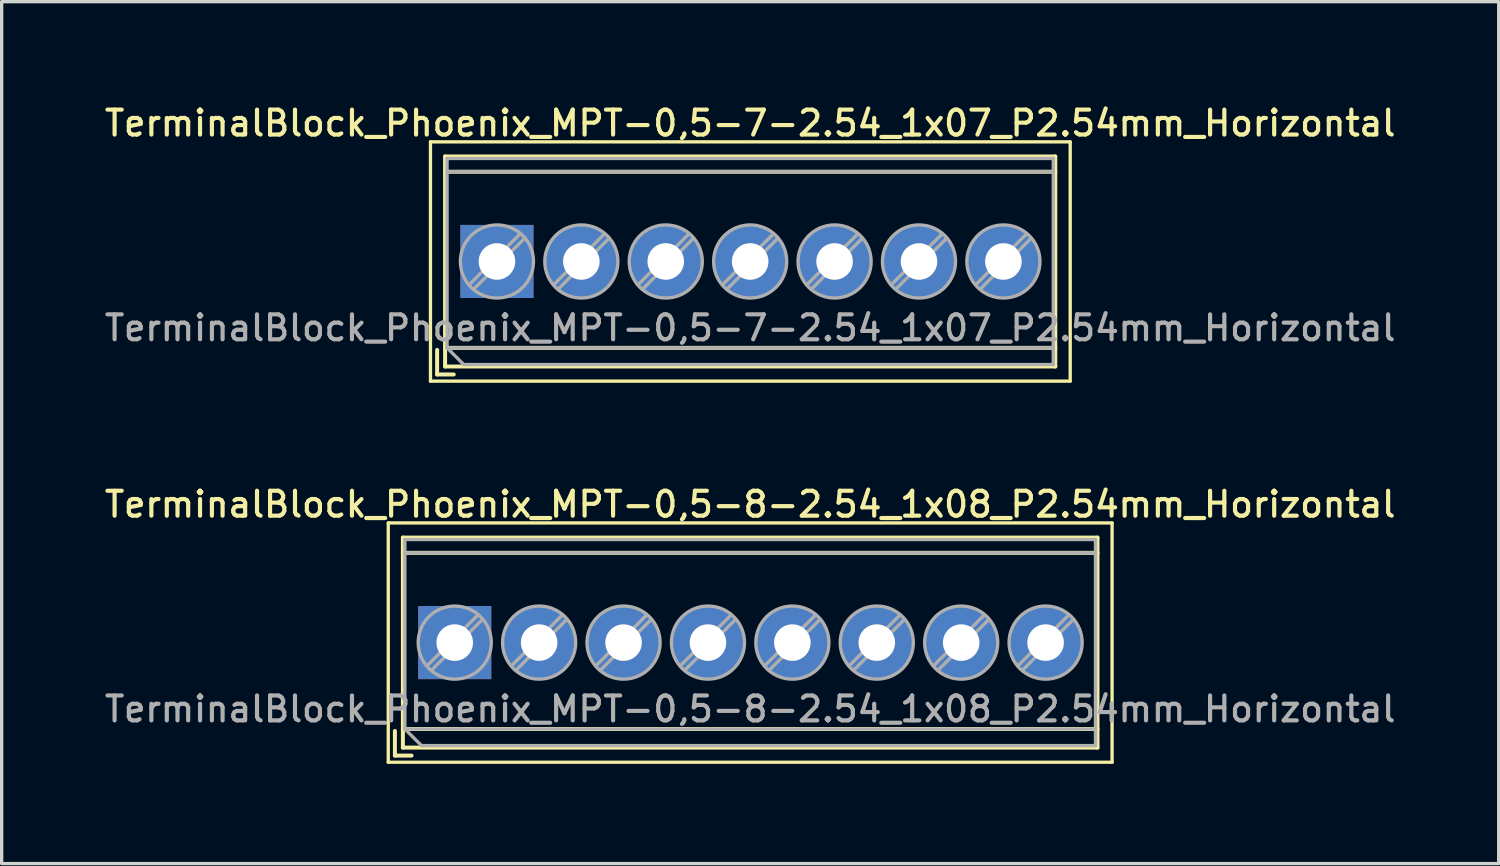
<source format=kicad_pcb>
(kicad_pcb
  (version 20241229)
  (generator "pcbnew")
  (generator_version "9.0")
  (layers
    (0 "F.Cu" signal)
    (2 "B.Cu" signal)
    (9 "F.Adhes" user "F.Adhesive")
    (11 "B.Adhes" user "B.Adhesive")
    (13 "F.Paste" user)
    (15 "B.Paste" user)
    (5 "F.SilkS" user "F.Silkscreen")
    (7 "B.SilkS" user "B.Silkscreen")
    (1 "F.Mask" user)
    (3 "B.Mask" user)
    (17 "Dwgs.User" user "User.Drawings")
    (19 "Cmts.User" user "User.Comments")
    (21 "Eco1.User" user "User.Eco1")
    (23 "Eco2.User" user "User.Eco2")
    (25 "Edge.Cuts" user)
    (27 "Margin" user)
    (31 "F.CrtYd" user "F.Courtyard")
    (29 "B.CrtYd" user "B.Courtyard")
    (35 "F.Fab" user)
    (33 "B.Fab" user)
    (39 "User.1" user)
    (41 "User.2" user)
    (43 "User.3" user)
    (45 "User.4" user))
  (footprint "TerminalBlock_Phoenix_MPT-0,5-7-2.54_1x07_P2.54mm_Horizontal"
    (layer "F.Cu")
    (at 11.903 4.818)
    (property "Reference" "TerminalBlock_Phoenix_MPT-0,5-7-2.54_1x07_P2.54mm_Horizontal" (at 7.62 -4.16 0) (layer "F.SilkS") (effects (font (size 0.75 0.75) (thickness 0.125))))
    (attr through_hole)
    (fp_line (start -2 -3.6) (end -2 3.6) (stroke (width 0.1) (type solid)) (layer "F.SilkS"))
    (fp_line (start -2 3.6) (end 17.25 3.6) (stroke (width 0.1) (type solid)) (layer "F.SilkS"))
    (fp_line (start -1.8 2.66) (end -1.8 3.4) (stroke (width 0.12) (type solid)) (layer "F.SilkS"))
    (fp_line (start -1.8 3.4) (end -1.3 3.4) (stroke (width 0.12) (type solid)) (layer "F.SilkS"))
    (fp_line (start -1.56 -3.16) (end -1.56 3.16) (stroke (width 0.12) (type solid)) (layer "F.SilkS"))
    (fp_line (start -1.56 -3.16) (end 16.801 -3.16) (stroke (width 0.12) (type solid)) (layer "F.SilkS"))
    (fp_line (start -1.56 -2.7) (end 16.801 -2.7) (stroke (width 0.12) (type solid)) (layer "F.SilkS"))
    (fp_line (start -1.56 2.6) (end 16.801 2.6) (stroke (width 0.12) (type solid)) (layer "F.SilkS"))
    (fp_line (start -1.56 3.16) (end 16.801 3.16) (stroke (width 0.12) (type solid)) (layer "F.SilkS"))
    (fp_line (start 16.801 -3.16) (end 16.801 3.16) (stroke (width 0.12) (type solid)) (layer "F.SilkS"))
    (fp_line (start 17.25 -3.6) (end -2 -3.6) (stroke (width 0.1) (type solid)) (layer "F.SilkS"))
    (fp_line (start 17.25 3.6) (end 17.25 -3.6) (stroke (width 0.1) (type solid)) (layer "F.SilkS"))
    (fp_line (start -1.5 -3.1) (end 16.74 -3.1) (stroke (width 0.1) (type solid)) (layer "F.Fab"))
    (fp_line (start -1.5 -2.7) (end 16.74 -2.7) (stroke (width 0.1) (type solid)) (layer "F.Fab"))
    (fp_line (start -1.5 2.6) (end -1.5 -3.1) (stroke (width 0.1) (type solid)) (layer "F.Fab"))
    (fp_line (start -1.5 2.6) (end 16.74 2.6) (stroke (width 0.1) (type solid)) (layer "F.Fab"))
    (fp_line (start -1 3.1) (end -1.5 2.6) (stroke (width 0.1) (type solid)) (layer "F.Fab"))
    (fp_line (start 0.701 -0.835) (end -0.835 0.7) (stroke (width 0.1) (type solid)) (layer "F.Fab"))
    (fp_line (start 0.835 -0.7) (end -0.701 0.835) (stroke (width 0.1) (type solid)) (layer "F.Fab"))
    (fp_line (start 3.241 -0.835) (end 1.706 0.7) (stroke (width 0.1) (type solid)) (layer "F.Fab"))
    (fp_line (start 3.375 -0.7) (end 1.84 0.835) (stroke (width 0.1) (type solid)) (layer "F.Fab"))
    (fp_line (start 5.781 -0.835) (end 4.246 0.7) (stroke (width 0.1) (type solid)) (layer "F.Fab"))
    (fp_line (start 5.915 -0.7) (end 4.38 0.835) (stroke (width 0.1) (type solid)) (layer "F.Fab"))
    (fp_line (start 8.321 -0.835) (end 6.786 0.7) (stroke (width 0.1) (type solid)) (layer "F.Fab"))
    (fp_line (start 8.455 -0.7) (end 6.92 0.835) (stroke (width 0.1) (type solid)) (layer "F.Fab"))
    (fp_line (start 10.861 -0.835) (end 9.326 0.7) (stroke (width 0.1) (type solid)) (layer "F.Fab"))
    (fp_line (start 10.995 -0.7) (end 9.46 0.835) (stroke (width 0.1) (type solid)) (layer "F.Fab"))
    (fp_line (start 13.401 -0.835) (end 11.866 0.7) (stroke (width 0.1) (type solid)) (layer "F.Fab"))
    (fp_line (start 13.535 -0.7) (end 12 0.835) (stroke (width 0.1) (type solid)) (layer "F.Fab"))
    (fp_line (start 15.941 -0.835) (end 14.406 0.7) (stroke (width 0.1) (type solid)) (layer "F.Fab"))
    (fp_line (start 16.075 -0.7) (end 14.54 0.835) (stroke (width 0.1) (type solid)) (layer "F.Fab"))
    (fp_line (start 16.74 -3.1) (end 16.74 3.1) (stroke (width 0.1) (type solid)) (layer "F.Fab"))
    (fp_line (start 16.74 3.1) (end -1 3.1) (stroke (width 0.1) (type solid)) (layer "F.Fab"))
    (fp_circle (center 0 0) (end 1.1 0) (stroke (width 0.1) (type solid)) (fill no) (layer "F.Fab"))
    (fp_circle (center 2.54 0) (end 3.64 0) (stroke (width 0.1) (type solid)) (fill no) (layer "F.Fab"))
    (fp_circle (center 5.08 0) (end 6.18 0) (stroke (width 0.1) (type solid)) (fill no) (layer "F.Fab"))
    (fp_circle (center 7.62 0) (end 8.72 0) (stroke (width 0.1) (type solid)) (fill no) (layer "F.Fab"))
    (fp_circle (center 10.16 0) (end 11.26 0) (stroke (width 0.1) (type solid)) (fill no) (layer "F.Fab"))
    (fp_circle (center 12.7 0) (end 13.8 0) (stroke (width 0.1) (type solid)) (fill no) (layer "F.Fab"))
    (fp_circle (center 15.24 0) (end 16.34 0) (stroke (width 0.1) (type solid)) (fill no) (layer "F.Fab"))
    (fp_text user "${REFERENCE}" (at 7.62 2 0) (layer "F.Fab") (effects (font (size 0.75 0.75) (thickness 0.125))))
    (pad "1" thru_hole rect (at 0 0) (size 2.2 2.2) (drill 1.1) (layers "*.Cu" "*.Mask"))
    (pad "2" thru_hole circle (at 2.54 0) (size 2.2 2.2) (drill 1.1) (layers "*.Cu" "*.Mask"))
    (pad "3" thru_hole circle (at 5.08 0) (size 2.2 2.2) (drill 1.1) (layers "*.Cu" "*.Mask"))
    (pad "4" thru_hole circle (at 7.62 0) (size 2.2 2.2) (drill 1.1) (layers "*.Cu" "*.Mask"))
    (pad "5" thru_hole circle (at 10.16 0) (size 2.2 2.2) (drill 1.1) (layers "*.Cu" "*.Mask"))
    (pad "6" thru_hole circle (at 12.7 0) (size 2.2 2.2) (drill 1.1) (layers "*.Cu" "*.Mask"))
    (pad "7" thru_hole circle (at 15.24 0) (size 2.2 2.2) (drill 1.1) (layers "*.Cu" "*.Mask")))
  (footprint "TerminalBlock_Phoenix_MPT-0,5-8-2.54_1x08_P2.54mm_Horizontal"
    (layer "F.Cu")
    (at 10.633 16.286)
    (property "Reference" "TerminalBlock_Phoenix_MPT-0,5-8-2.54_1x08_P2.54mm_Horizontal" (at 8.89 -4.16 0) (layer "F.SilkS") (effects (font (size 0.75 0.75) (thickness 0.125))))
    (attr through_hole)
    (fp_line (start -2 -3.6) (end -2 3.6) (stroke (width 0.1) (type solid)) (layer "F.SilkS"))
    (fp_line (start -2 3.6) (end 19.78 3.6) (stroke (width 0.1) (type solid)) (layer "F.SilkS"))
    (fp_line (start -1.8 2.66) (end -1.8 3.4) (stroke (width 0.12) (type solid)) (layer "F.SilkS"))
    (fp_line (start -1.8 3.4) (end -1.3 3.4) (stroke (width 0.12) (type solid)) (layer "F.SilkS"))
    (fp_line (start -1.56 -3.16) (end -1.56 3.16) (stroke (width 0.12) (type solid)) (layer "F.SilkS"))
    (fp_line (start -1.56 -3.16) (end 19.341 -3.16) (stroke (width 0.12) (type solid)) (layer "F.SilkS"))
    (fp_line (start -1.56 -2.7) (end 19.341 -2.7) (stroke (width 0.12) (type solid)) (layer "F.SilkS"))
    (fp_line (start -1.56 2.6) (end 19.341 2.6) (stroke (width 0.12) (type solid)) (layer "F.SilkS"))
    (fp_line (start -1.56 3.16) (end 19.341 3.16) (stroke (width 0.12) (type solid)) (layer "F.SilkS"))
    (fp_line (start 19.341 -3.16) (end 19.341 3.16) (stroke (width 0.12) (type solid)) (layer "F.SilkS"))
    (fp_line (start 19.78 -3.6) (end -2 -3.6) (stroke (width 0.1) (type solid)) (layer "F.SilkS"))
    (fp_line (start 19.78 3.6) (end 19.78 -3.6) (stroke (width 0.1) (type solid)) (layer "F.SilkS"))
    (fp_line (start -1.5 -3.1) (end 19.28 -3.1) (stroke (width 0.1) (type solid)) (layer "F.Fab"))
    (fp_line (start -1.5 -2.7) (end 19.28 -2.7) (stroke (width 0.1) (type solid)) (layer "F.Fab"))
    (fp_line (start -1.5 2.6) (end -1.5 -3.1) (stroke (width 0.1) (type solid)) (layer "F.Fab"))
    (fp_line (start -1.5 2.6) (end 19.28 2.6) (stroke (width 0.1) (type solid)) (layer "F.Fab"))
    (fp_line (start -1 3.1) (end -1.5 2.6) (stroke (width 0.1) (type solid)) (layer "F.Fab"))
    (fp_line (start 0.701 -0.835) (end -0.835 0.7) (stroke (width 0.1) (type solid)) (layer "F.Fab"))
    (fp_line (start 0.835 -0.7) (end -0.701 0.835) (stroke (width 0.1) (type solid)) (layer "F.Fab"))
    (fp_line (start 3.241 -0.835) (end 1.706 0.7) (stroke (width 0.1) (type solid)) (layer "F.Fab"))
    (fp_line (start 3.375 -0.7) (end 1.84 0.835) (stroke (width 0.1) (type solid)) (layer "F.Fab"))
    (fp_line (start 5.781 -0.835) (end 4.246 0.7) (stroke (width 0.1) (type solid)) (layer "F.Fab"))
    (fp_line (start 5.915 -0.7) (end 4.38 0.835) (stroke (width 0.1) (type solid)) (layer "F.Fab"))
    (fp_line (start 8.321 -0.835) (end 6.786 0.7) (stroke (width 0.1) (type solid)) (layer "F.Fab"))
    (fp_line (start 8.455 -0.7) (end 6.92 0.835) (stroke (width 0.1) (type solid)) (layer "F.Fab"))
    (fp_line (start 10.861 -0.835) (end 9.326 0.7) (stroke (width 0.1) (type solid)) (layer "F.Fab"))
    (fp_line (start 10.995 -0.7) (end 9.46 0.835) (stroke (width 0.1) (type solid)) (layer "F.Fab"))
    (fp_line (start 13.401 -0.835) (end 11.866 0.7) (stroke (width 0.1) (type solid)) (layer "F.Fab"))
    (fp_line (start 13.535 -0.7) (end 12 0.835) (stroke (width 0.1) (type solid)) (layer "F.Fab"))
    (fp_line (start 15.941 -0.835) (end 14.406 0.7) (stroke (width 0.1) (type solid)) (layer "F.Fab"))
    (fp_line (start 16.075 -0.7) (end 14.54 0.835) (stroke (width 0.1) (type solid)) (layer "F.Fab"))
    (fp_line (start 18.481 -0.835) (end 16.946 0.7) (stroke (width 0.1) (type solid)) (layer "F.Fab"))
    (fp_line (start 18.615 -0.7) (end 17.08 0.835) (stroke (width 0.1) (type solid)) (layer "F.Fab"))
    (fp_line (start 19.28 -3.1) (end 19.28 3.1) (stroke (width 0.1) (type solid)) (layer "F.Fab"))
    (fp_line (start 19.28 3.1) (end -1 3.1) (stroke (width 0.1) (type solid)) (layer "F.Fab"))
    (fp_circle (center 0 0) (end 1.1 0) (stroke (width 0.1) (type solid)) (fill no) (layer "F.Fab"))
    (fp_circle (center 2.54 0) (end 3.64 0) (stroke (width 0.1) (type solid)) (fill no) (layer "F.Fab"))
    (fp_circle (center 5.08 0) (end 6.18 0) (stroke (width 0.1) (type solid)) (fill no) (layer "F.Fab"))
    (fp_circle (center 7.62 0) (end 8.72 0) (stroke (width 0.1) (type solid)) (fill no) (layer "F.Fab"))
    (fp_circle (center 10.16 0) (end 11.26 0) (stroke (width 0.1) (type solid)) (fill no) (layer "F.Fab"))
    (fp_circle (center 12.7 0) (end 13.8 0) (stroke (width 0.1) (type solid)) (fill no) (layer "F.Fab"))
    (fp_circle (center 15.24 0) (end 16.34 0) (stroke (width 0.1) (type solid)) (fill no) (layer "F.Fab"))
    (fp_circle (center 17.78 0) (end 18.88 0) (stroke (width 0.1) (type solid)) (fill no) (layer "F.Fab"))
    (fp_text user "${REFERENCE}" (at 8.89 2 0) (layer "F.Fab") (effects (font (size 0.75 0.75) (thickness 0.125))))
    (pad "1" thru_hole rect (at 0 0) (size 2.2 2.2) (drill 1.1) (layers "*.Cu" "*.Mask"))
    (pad "2" thru_hole circle (at 2.54 0) (size 2.2 2.2) (drill 1.1) (layers "*.Cu" "*.Mask"))
    (pad "3" thru_hole circle (at 5.08 0) (size 2.2 2.2) (drill 1.1) (layers "*.Cu" "*.Mask"))
    (pad "4" thru_hole circle (at 7.62 0) (size 2.2 2.2) (drill 1.1) (layers "*.Cu" "*.Mask"))
    (pad "5" thru_hole circle (at 10.16 0) (size 2.2 2.2) (drill 1.1) (layers "*.Cu" "*.Mask"))
    (pad "6" thru_hole circle (at 12.7 0) (size 2.2 2.2) (drill 1.1) (layers "*.Cu" "*.Mask"))
    (pad "7" thru_hole circle (at 15.24 0) (size 2.2 2.2) (drill 1.1) (layers "*.Cu" "*.Mask"))
    (pad "8" thru_hole circle (at 17.78 0) (size 2.2 2.2) (drill 1.1) (layers "*.Cu" "*.Mask")))
  (gr_rect
    (start -3 -3)
    (end 42.046 22.936)
    (stroke (width 0.1) (type default))
    (fill no)
    (layer "Edge.Cuts")))
</source>
